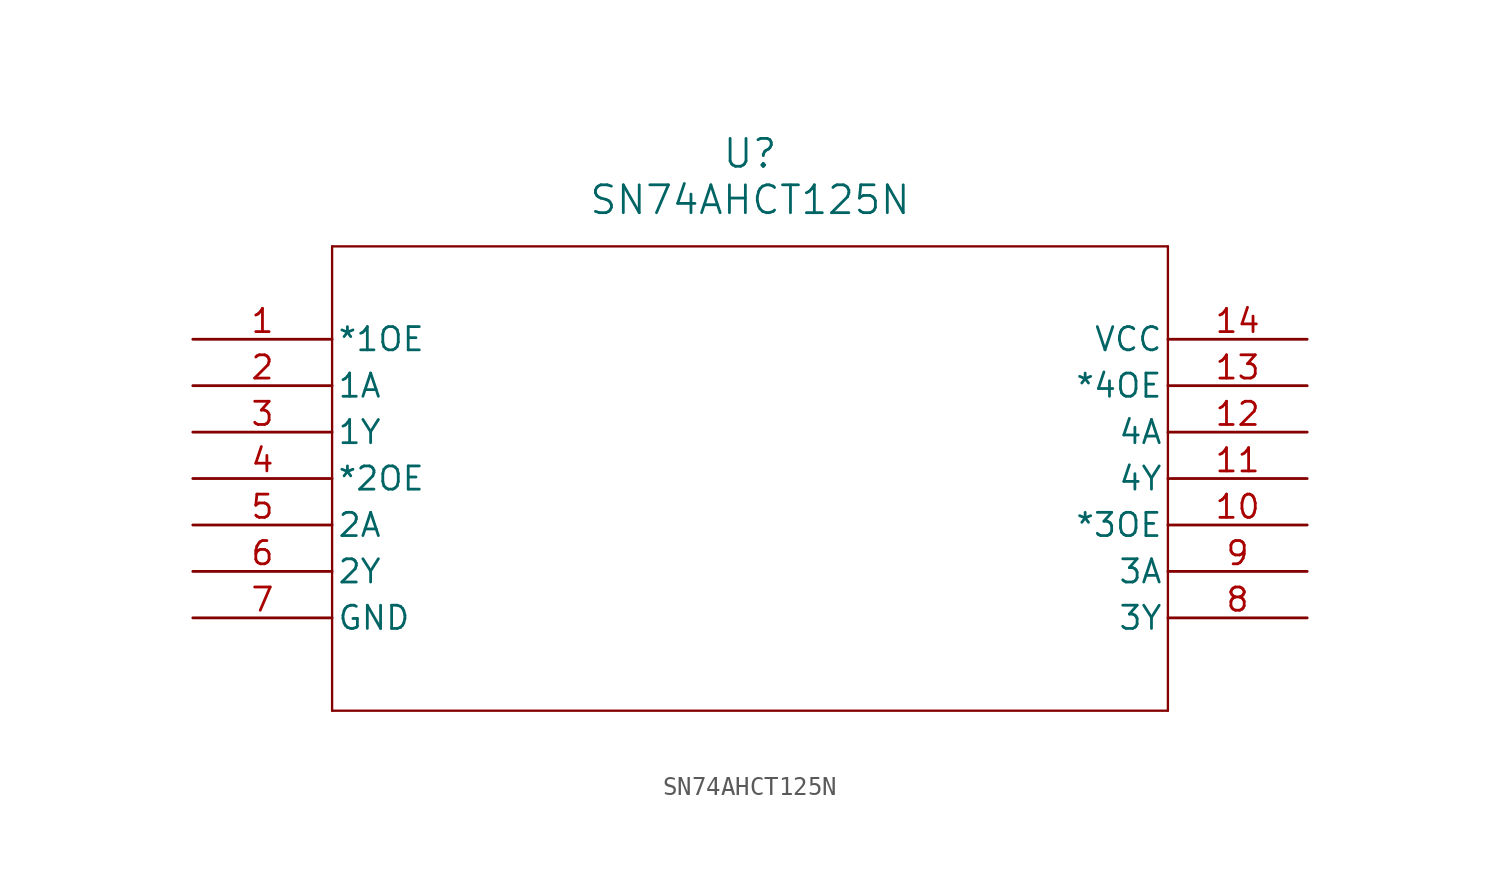
<source format=kicad_sym>
(kicad_symbol_lib
  (version 20211014)
  (generator kicad_symbol_editor)
  (symbol "SN74AHCT125N"
    (pin_names
      (offset 0.254))
    (property "Reference" "U"
      (at 30.48 10.16 0)
      (effects (font (size 1.524 1.524))))
    (property "Value" "SN74AHCT125N"
      (at 30.48 7.62 0)
      (effects (font (size 1.524 1.524))))
    (symbol "SN74AHCT125N_0_1"
      (polyline (pts (xy 7.62 5.08) (xy 7.62 -20.32)) (stroke (width 0.127) (type default) (color 0 0 0 0)) (fill (type none)))
      (polyline (pts (xy 7.62 -20.32) (xy 53.34 -20.32)) (stroke (width 0.127) (type default) (color 0 0 0 0)) (fill (type none)))
      (polyline (pts (xy 53.34 -20.32) (xy 53.34 5.08)) (stroke (width 0.127) (type default) (color 0 0 0 0)) (fill (type none)))
      (polyline (pts (xy 53.34 5.08) (xy 7.62 5.08)) (stroke (width 0.127) (type default) (color 0 0 0 0)) (fill (type none)))
      (pin input line (at 0 0 0) (length 7.62) (name "*1OE" (effects (font (size 1.27 1.27)))) (number "1" (effects (font (size 1.27 1.27)))))
      (pin input line (at 0 -2.54 0) (length 7.62) (name "1A" (effects (font (size 1.27 1.27)))) (number "2" (effects (font (size 1.27 1.27)))))
      (pin unspecified line (at 0 -5.08 0) (length 7.62) (name "1Y" (effects (font (size 1.27 1.27)))) (number "3" (effects (font (size 1.27 1.27)))))
      (pin input line (at 0 -7.62 0) (length 7.62) (name "*2OE" (effects (font (size 1.27 1.27)))) (number "4" (effects (font (size 1.27 1.27)))))
      (pin input line (at 0 -10.16 0) (length 7.62) (name "2A" (effects (font (size 1.27 1.27)))) (number "5" (effects (font (size 1.27 1.27)))))
      (pin unspecified line (at 0 -12.7 0) (length 7.62) (name "2Y" (effects (font (size 1.27 1.27)))) (number "6" (effects (font (size 1.27 1.27)))))
      (pin power_in line (at 0 -15.24 0) (length 7.62) (name "GND" (effects (font (size 1.27 1.27)))) (number "7" (effects (font (size 1.27 1.27)))))
      (pin unspecified line (at 60.96 -15.24 180) (length 7.62) (name "3Y" (effects (font (size 1.27 1.27)))) (number "8" (effects (font (size 1.27 1.27)))))
      (pin input line (at 60.96 -12.7 180) (length 7.62) (name "3A" (effects (font (size 1.27 1.27)))) (number "9" (effects (font (size 1.27 1.27)))))
      (pin input line (at 60.96 -10.16 180) (length 7.62) (name "*3OE" (effects (font (size 1.27 1.27)))) (number "10" (effects (font (size 1.27 1.27)))))
      (pin unspecified line (at 60.96 -7.62 180) (length 7.62) (name "4Y" (effects (font (size 1.27 1.27)))) (number "11" (effects (font (size 1.27 1.27)))))
      (pin input line (at 60.96 -5.08 180) (length 7.62) (name "4A" (effects (font (size 1.27 1.27)))) (number "12" (effects (font (size 1.27 1.27)))))
      (pin input line (at 60.96 -2.54 180) (length 7.62) (name "*4OE" (effects (font (size 1.27 1.27)))) (number "13" (effects (font (size 1.27 1.27)))))
      (pin power_in line (at 60.96 0 180) (length 7.62) (name "VCC" (effects (font (size 1.27 1.27)))) (number "14" (effects (font (size 1.27 1.27))))))))
</source>
